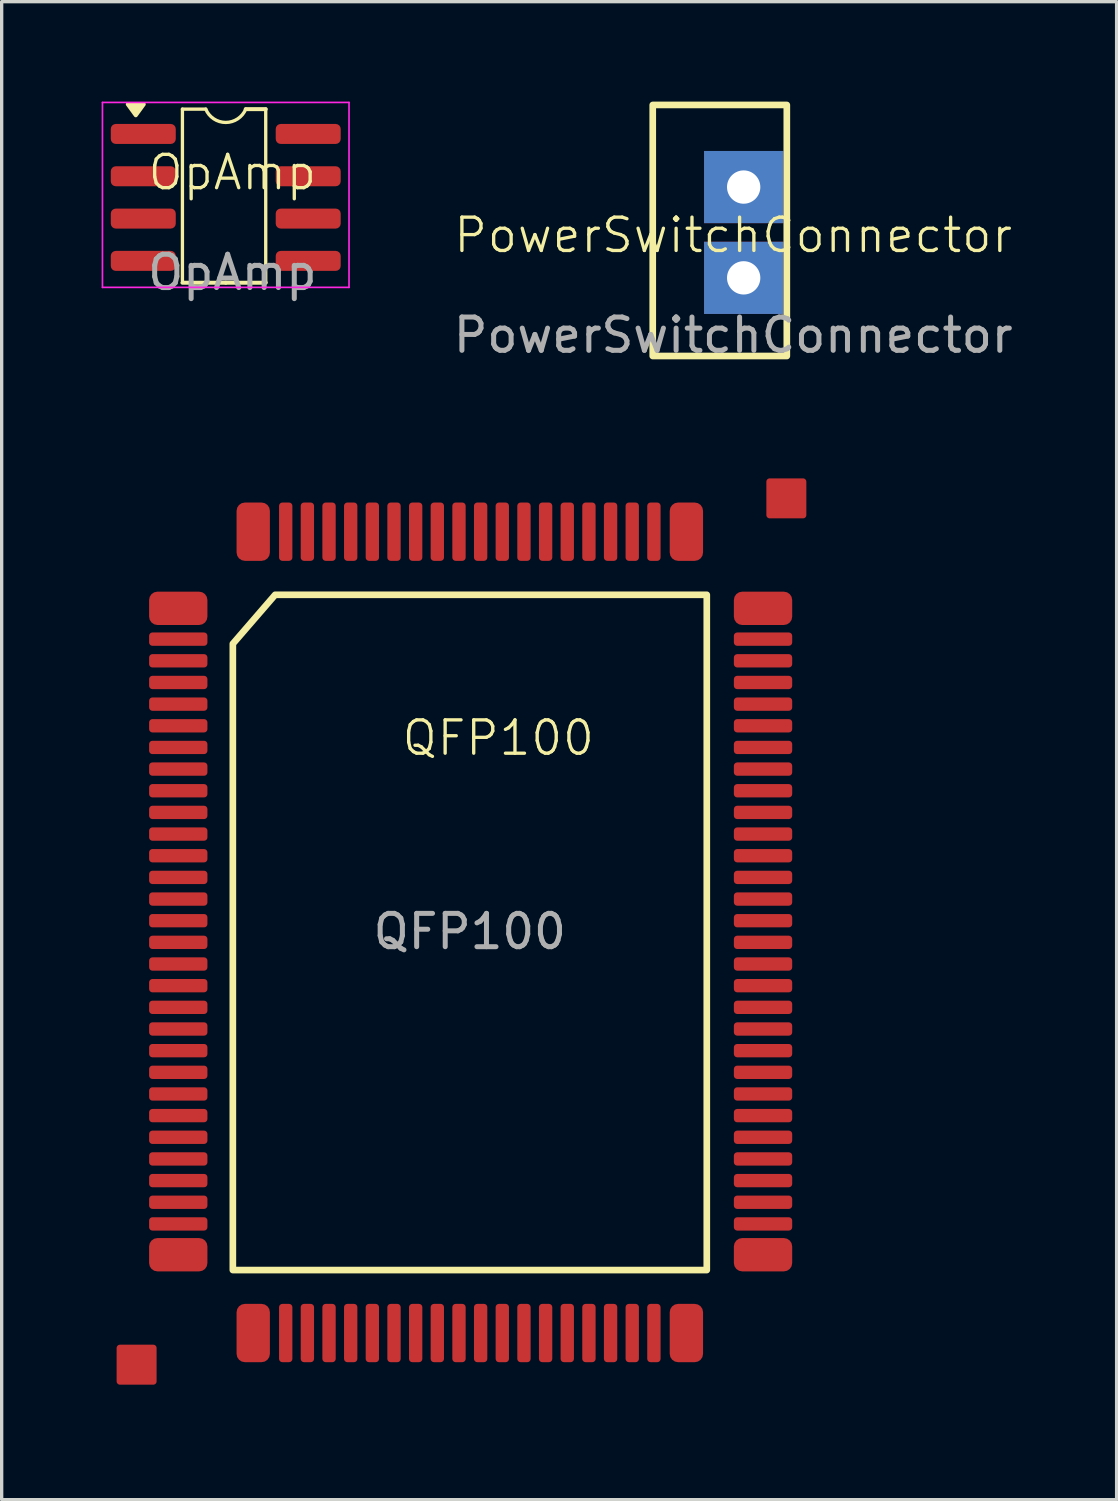
<source format=kicad_pcb>
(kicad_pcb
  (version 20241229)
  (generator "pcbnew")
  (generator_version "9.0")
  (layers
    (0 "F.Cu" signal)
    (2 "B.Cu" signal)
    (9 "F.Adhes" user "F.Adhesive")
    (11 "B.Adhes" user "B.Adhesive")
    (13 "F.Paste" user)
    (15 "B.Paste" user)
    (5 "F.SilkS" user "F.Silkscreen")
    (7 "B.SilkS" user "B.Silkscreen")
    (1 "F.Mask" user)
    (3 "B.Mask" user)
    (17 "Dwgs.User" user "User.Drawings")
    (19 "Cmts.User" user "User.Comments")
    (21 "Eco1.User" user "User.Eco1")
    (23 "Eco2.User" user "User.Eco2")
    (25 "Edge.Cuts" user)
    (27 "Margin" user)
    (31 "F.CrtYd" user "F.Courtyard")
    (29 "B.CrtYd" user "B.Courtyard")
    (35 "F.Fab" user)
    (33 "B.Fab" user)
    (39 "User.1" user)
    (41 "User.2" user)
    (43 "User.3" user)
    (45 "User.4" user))
  (footprint "OpAmp"
    (layer "F.Cu")
    (at 3.925 2.625)
    (property "Reference" "OpAmp" (at 0 -0.5 0) (unlocked yes) (layer "F.SilkS") (effects (font (size 1 1) (thickness 0.1))))
    (attr smd)
    (fp_line (start -1.5 -2.4) (end -0.8 -2.4) (stroke (width 0.1) (type default)) (layer "F.SilkS"))
    (fp_line (start -1.5 2.75) (end -1.5 -2.4) (stroke (width 0.1) (type default)) (layer "F.SilkS"))
    (fp_line (start -0.2 2.81) (end -1.5 2.81) (stroke (width 0.12) (type solid)) (layer "F.SilkS"))
    (fp_line (start -0.2 2.81) (end 1 2.81) (stroke (width 0.12) (type solid)) (layer "F.SilkS"))
    (fp_line (start 0.4 -2.4) (end 1 -2.4) (stroke (width 0.12) (type solid)) (layer "F.SilkS"))
    (fp_line (start 1 -2.4) (end 1 2.796) (stroke (width 0.1) (type default)) (layer "F.SilkS"))
    (fp_arc (start 0.4 -2.4) (mid -0.200002 -1.999998) (end -0.800004 -2.399999) (stroke (width 0.1) (type default)) (layer "F.SilkS"))
    (fp_poly (pts (xy -2.9 -2.215) (xy -3.14 -2.545) (xy -2.66 -2.545) (xy -2.9 -2.215)) (stroke (width 0.12) (type solid)) (fill yes) (layer "F.SilkS"))
    (fp_line (start -3.9 -2.6) (end -3.9 2.95) (stroke (width 0.05) (type solid)) (layer "F.CrtYd"))
    (fp_line (start -3.9 2.95) (end 3.5 2.95) (stroke (width 0.05) (type solid)) (layer "F.CrtYd"))
    (fp_line (start 3.5 -2.6) (end -3.9 -2.6) (stroke (width 0.05) (type solid)) (layer "F.CrtYd"))
    (fp_line (start 3.5 2.95) (end 3.5 -2.6) (stroke (width 0.05) (type solid)) (layer "F.CrtYd"))
    (fp_text user "${REFERENCE}" (at 0 2.5 0) (unlocked yes) (layer "F.Fab") (effects (font (size 1 1) (thickness 0.15))))
    (pad "1" smd roundrect (at -2.675 -1.655) (size 1.95 0.6) (layers "F.Cu" "F.Mask" "F.Paste") (roundrect_rratio 0.25))
    (pad "2" smd roundrect (at -2.675 -0.385) (size 1.95 0.6) (layers "F.Cu" "F.Mask" "F.Paste") (roundrect_rratio 0.25))
    (pad "3" smd roundrect (at -2.675 0.885) (size 1.95 0.6) (layers "F.Cu" "F.Mask" "F.Paste") (roundrect_rratio 0.25))
    (pad "4" smd roundrect (at -2.675 2.155) (size 1.95 0.6) (layers "F.Cu" "F.Mask" "F.Paste") (roundrect_rratio 0.25))
    (pad "5" smd roundrect (at 2.275 2.155) (size 1.95 0.6) (layers "F.Cu" "F.Mask" "F.Paste") (roundrect_rratio 0.25))
    (pad "6" smd roundrect (at 2.275 0.885) (size 1.95 0.6) (layers "F.Cu" "F.Mask" "F.Paste") (roundrect_rratio 0.25))
    (pad "7" smd roundrect (at 2.275 -0.385) (size 1.95 0.6) (layers "F.Cu" "F.Mask" "F.Paste") (roundrect_rratio 0.25))
    (pad "8" smd roundrect (at 2.275 -1.655) (size 1.95 0.6) (layers "F.Cu" "F.Mask" "F.Paste") (roundrect_rratio 0.25)))
  (footprint "PowerSwitchConnector"
    (layer "F.Cu")
    (at 18.956 4.509)
    (property "Reference" "PowerSwitchConnector" (at 0 -0.5 0) (unlocked yes) (layer "F.SilkS") (effects (font (size 1 1) (thickness 0.1))))
    (attr smd)
    (fp_rect (start -2.416 -4.409) (end 1.608 3.126) (stroke (width 0.2) (type solid)) (fill no) (layer "F.SilkS"))
    (fp_text user "${REFERENCE}" (at 0 2.5 0) (unlocked yes) (layer "F.Fab") (effects (font (size 1 1) (thickness 0.15))))
    (pad "1" thru_hole rect (at 0.313 -1.945) (size 2.377 2.166) (drill 1) (layers "*.Cu" "*.Mask"))
    (pad "2" thru_hole rect (at 0.313 0.78) (size 2.377 2.166) (drill 1) (layers "*.Cu" "*.Mask")))
  (footprint "QFP100"
    (layer "F.Cu")
    (at 11.275 24.907)
    (property "Reference" "QFP100" (at 0.63 -5.81 0) (unlocked yes) (layer "F.SilkS") (effects (font (size 1 1) (thickness 0.1))))
    (attr smd)
    (fp_rect (start -10.725 12.5) (end -9.725 13.5) (stroke (width 0.2) (type solid)) (fill yes) (layer "F.Cu"))
    (fp_rect (start 8.775 -13.5) (end 9.775 -12.5) (stroke (width 0.2) (type solid)) (fill yes) (layer "F.Cu"))
    (fp_rect (start -11.225 12) (end -9.225 14) (stroke (width 0.1) (type solid)) (fill yes) (layer "F.Mask"))
    (fp_rect (start 8.275 -14) (end 10.275 -12) (stroke (width 0.1) (type solid)) (fill yes) (layer "F.Mask"))
    (fp_poly (pts (xy 6.887 10.16) (xy -7.337 10.16) (xy -7.337 -8.636) (xy -6.067 -10.106) (xy 6.887 -10.106)) (stroke (width 0.2) (type solid)) (fill no) (layer "F.SilkS"))
    (fp_text user "${REFERENCE}" (at -0.225 0 0) (layer "F.Fab") (effects (font (size 1 1) (thickness 0.15))))
    (pad "1" smd roundrect (at -8.975 -9.7) (size 1.75 1) (layers "F.Cu" "F.Mask" "F.Paste") (roundrect_rratio 0.25))
    (pad "2" smd roundrect (at -8.975 -8.775) (size 1.75 0.4) (layers "F.Cu" "F.Mask" "F.Paste") (roundrect_rratio 0.25))
    (pad "3" smd roundrect (at -8.975 -8.125) (size 1.75 0.4) (layers "F.Cu" "F.Mask" "F.Paste") (roundrect_rratio 0.25))
    (pad "4" smd roundrect (at -8.975 -7.475) (size 1.75 0.4) (layers "F.Cu" "F.Mask" "F.Paste") (roundrect_rratio 0.25))
    (pad "5" smd roundrect (at -8.975 -6.825) (size 1.75 0.4) (layers "F.Cu" "F.Mask" "F.Paste") (roundrect_rratio 0.25))
    (pad "6" smd roundrect (at -8.975 -6.175) (size 1.75 0.4) (layers "F.Cu" "F.Mask" "F.Paste") (roundrect_rratio 0.25))
    (pad "7" smd roundrect (at -8.975 -5.525) (size 1.75 0.4) (layers "F.Cu" "F.Mask" "F.Paste") (roundrect_rratio 0.25))
    (pad "8" smd roundrect (at -8.975 -4.875) (size 1.75 0.4) (layers "F.Cu" "F.Mask" "F.Paste") (roundrect_rratio 0.25))
    (pad "9" smd roundrect (at -8.975 -4.225) (size 1.75 0.4) (layers "F.Cu" "F.Mask" "F.Paste") (roundrect_rratio 0.25))
    (pad "10" smd roundrect (at -8.975 -3.575) (size 1.75 0.4) (layers "F.Cu" "F.Mask" "F.Paste") (roundrect_rratio 0.25))
    (pad "11" smd roundrect (at -8.975 -2.925) (size 1.75 0.4) (layers "F.Cu" "F.Mask" "F.Paste") (roundrect_rratio 0.25))
    (pad "12" smd roundrect (at -8.975 -2.275) (size 1.75 0.4) (layers "F.Cu" "F.Mask" "F.Paste") (roundrect_rratio 0.25))
    (pad "13" smd roundrect (at -8.975 -1.625) (size 1.75 0.4) (layers "F.Cu" "F.Mask" "F.Paste") (roundrect_rratio 0.25))
    (pad "14" smd roundrect (at -8.975 -0.975) (size 1.75 0.4) (layers "F.Cu" "F.Mask" "F.Paste") (roundrect_rratio 0.25))
    (pad "15" smd roundrect (at -8.975 -0.325) (size 1.75 0.4) (layers "F.Cu" "F.Mask" "F.Paste") (roundrect_rratio 0.25))
    (pad "16" smd roundrect (at -8.975 0.325) (size 1.75 0.4) (layers "F.Cu" "F.Mask" "F.Paste") (roundrect_rratio 0.25))
    (pad "17" smd roundrect (at -8.975 0.975) (size 1.75 0.4) (layers "F.Cu" "F.Mask" "F.Paste") (roundrect_rratio 0.25))
    (pad "18" smd roundrect (at -8.975 1.625) (size 1.75 0.4) (layers "F.Cu" "F.Mask" "F.Paste") (roundrect_rratio 0.25))
    (pad "19" smd roundrect (at -8.975 2.275) (size 1.75 0.4) (layers "F.Cu" "F.Mask" "F.Paste") (roundrect_rratio 0.25))
    (pad "20" smd roundrect (at -8.975 2.925) (size 1.75 0.4) (layers "F.Cu" "F.Mask" "F.Paste") (roundrect_rratio 0.25))
    (pad "21" smd roundrect (at -8.975 3.575) (size 1.75 0.4) (layers "F.Cu" "F.Mask" "F.Paste") (roundrect_rratio 0.25))
    (pad "22" smd roundrect (at -8.975 4.225) (size 1.75 0.4) (layers "F.Cu" "F.Mask" "F.Paste") (roundrect_rratio 0.25))
    (pad "23" smd roundrect (at -8.975 4.875) (size 1.75 0.4) (layers "F.Cu" "F.Mask" "F.Paste") (roundrect_rratio 0.25))
    (pad "24" smd roundrect (at -8.975 5.525) (size 1.75 0.4) (layers "F.Cu" "F.Mask" "F.Paste") (roundrect_rratio 0.25))
    (pad "25" smd roundrect (at -8.975 6.175) (size 1.75 0.4) (layers "F.Cu" "F.Mask" "F.Paste") (roundrect_rratio 0.25))
    (pad "26" smd roundrect (at -8.975 6.825) (size 1.75 0.4) (layers "F.Cu" "F.Mask" "F.Paste") (roundrect_rratio 0.25))
    (pad "27" smd roundrect (at -8.975 7.475) (size 1.75 0.4) (layers "F.Cu" "F.Mask" "F.Paste") (roundrect_rratio 0.25))
    (pad "28" smd roundrect (at -8.975 8.125) (size 1.75 0.4) (layers "F.Cu" "F.Mask" "F.Paste") (roundrect_rratio 0.25))
    (pad "29" smd roundrect (at -8.975 8.775) (size 1.75 0.4) (layers "F.Cu" "F.Mask" "F.Paste") (roundrect_rratio 0.25))
    (pad "30" smd roundrect (at -8.975 9.7) (size 1.75 1) (layers "F.Cu" "F.Mask" "F.Paste") (roundrect_rratio 0.25))
    (pad "31" smd roundrect (at -6.725 12.05) (size 1 1.75) (layers "F.Cu" "F.Mask" "F.Paste") (roundrect_rratio 0.25))
    (pad "32" smd roundrect (at -5.75 12.05) (size 0.4 1.75) (layers "F.Cu" "F.Mask" "F.Paste") (roundrect_rratio 0.25))
    (pad "33" smd roundrect (at -5.1 12.05) (size 0.4 1.75) (layers "F.Cu" "F.Mask" "F.Paste") (roundrect_rratio 0.25))
    (pad "34" smd roundrect (at -4.45 12.05) (size 0.4 1.75) (layers "F.Cu" "F.Mask" "F.Paste") (roundrect_rratio 0.25))
    (pad "35" smd roundrect (at -3.8 12.05) (size 0.4 1.75) (layers "F.Cu" "F.Mask" "F.Paste") (roundrect_rratio 0.25))
    (pad "36" smd roundrect (at -3.15 12.05) (size 0.4 1.75) (layers "F.Cu" "F.Mask" "F.Paste") (roundrect_rratio 0.25))
    (pad "37" smd roundrect (at -2.5 12.05) (size 0.4 1.75) (layers "F.Cu" "F.Mask" "F.Paste") (roundrect_rratio 0.25))
    (pad "38" smd roundrect (at -1.85 12.05) (size 0.4 1.75) (layers "F.Cu" "F.Mask" "F.Paste") (roundrect_rratio 0.25))
    (pad "39" smd roundrect (at -1.2 12.05) (size 0.4 1.75) (layers "F.Cu" "F.Mask" "F.Paste") (roundrect_rratio 0.25))
    (pad "40" smd roundrect (at -0.55 12.05) (size 0.4 1.75) (layers "F.Cu" "F.Mask" "F.Paste") (roundrect_rratio 0.25))
    (pad "41" smd roundrect (at 0.1 12.05) (size 0.4 1.75) (layers "F.Cu" "F.Mask" "F.Paste") (roundrect_rratio 0.25))
    (pad "42" smd roundrect (at 0.75 12.05) (size 0.4 1.75) (layers "F.Cu" "F.Mask" "F.Paste") (roundrect_rratio 0.25))
    (pad "43" smd roundrect (at 1.4 12.05) (size 0.4 1.75) (layers "F.Cu" "F.Mask" "F.Paste") (roundrect_rratio 0.25))
    (pad "44" smd roundrect (at 2.05 12.05) (size 0.4 1.75) (layers "F.Cu" "F.Mask" "F.Paste") (roundrect_rratio 0.25))
    (pad "45" smd roundrect (at 2.7 12.05) (size 0.4 1.75) (layers "F.Cu" "F.Mask" "F.Paste") (roundrect_rratio 0.25))
    (pad "46" smd roundrect (at 3.35 12.05) (size 0.4 1.75) (layers "F.Cu" "F.Mask" "F.Paste") (roundrect_rratio 0.25))
    (pad "47" smd roundrect (at 4 12.05) (size 0.4 1.75) (layers "F.Cu" "F.Mask" "F.Paste") (roundrect_rratio 0.25))
    (pad "48" smd roundrect (at 4.65 12.05) (size 0.4 1.75) (layers "F.Cu" "F.Mask" "F.Paste") (roundrect_rratio 0.25))
    (pad "49" smd roundrect (at 5.3 12.05) (size 0.4 1.75) (layers "F.Cu" "F.Mask" "F.Paste") (roundrect_rratio 0.25))
    (pad "50" smd roundrect (at 6.275 12.05) (size 1 1.75) (layers "F.Cu" "F.Mask" "F.Paste") (roundrect_rratio 0.25))
    (pad "51" smd roundrect (at 8.575 9.7) (size 1.75 1) (layers "F.Cu" "F.Mask" "F.Paste") (roundrect_rratio 0.25))
    (pad "52" smd roundrect (at 8.575 8.775) (size 1.75 0.4) (layers "F.Cu" "F.Mask" "F.Paste") (roundrect_rratio 0.25))
    (pad "53" smd roundrect (at 8.575 8.125) (size 1.75 0.4) (layers "F.Cu" "F.Mask" "F.Paste") (roundrect_rratio 0.25))
    (pad "54" smd roundrect (at 8.575 7.475) (size 1.75 0.4) (layers "F.Cu" "F.Mask" "F.Paste") (roundrect_rratio 0.25))
    (pad "55" smd roundrect (at 8.575 6.825) (size 1.75 0.4) (layers "F.Cu" "F.Mask" "F.Paste") (roundrect_rratio 0.25))
    (pad "56" smd roundrect (at 8.575 6.175) (size 1.75 0.4) (layers "F.Cu" "F.Mask" "F.Paste") (roundrect_rratio 0.25))
    (pad "57" smd roundrect (at 8.575 5.525) (size 1.75 0.4) (layers "F.Cu" "F.Mask" "F.Paste") (roundrect_rratio 0.25))
    (pad "58" smd roundrect (at 8.575 4.875) (size 1.75 0.4) (layers "F.Cu" "F.Mask" "F.Paste") (roundrect_rratio 0.25))
    (pad "59" smd roundrect (at 8.575 4.225) (size 1.75 0.4) (layers "F.Cu" "F.Mask" "F.Paste") (roundrect_rratio 0.25))
    (pad "60" smd roundrect (at 8.575 3.575) (size 1.75 0.4) (layers "F.Cu" "F.Mask" "F.Paste") (roundrect_rratio 0.25))
    (pad "61" smd roundrect (at 8.575 2.925) (size 1.75 0.4) (layers "F.Cu" "F.Mask" "F.Paste") (roundrect_rratio 0.25))
    (pad "62" smd roundrect (at 8.575 2.275) (size 1.75 0.4) (layers "F.Cu" "F.Mask" "F.Paste") (roundrect_rratio 0.25))
    (pad "63" smd roundrect (at 8.575 1.625) (size 1.75 0.4) (layers "F.Cu" "F.Mask" "F.Paste") (roundrect_rratio 0.25))
    (pad "64" smd roundrect (at 8.575 0.975) (size 1.75 0.4) (layers "F.Cu" "F.Mask" "F.Paste") (roundrect_rratio 0.25))
    (pad "65" smd roundrect (at 8.575 0.325) (size 1.75 0.4) (layers "F.Cu" "F.Mask" "F.Paste") (roundrect_rratio 0.25))
    (pad "66" smd roundrect (at 8.575 -0.325) (size 1.75 0.4) (layers "F.Cu" "F.Mask" "F.Paste") (roundrect_rratio 0.25))
    (pad "67" smd roundrect (at 8.575 -0.975) (size 1.75 0.4) (layers "F.Cu" "F.Mask" "F.Paste") (roundrect_rratio 0.25))
    (pad "68" smd roundrect (at 8.575 -1.625) (size 1.75 0.4) (layers "F.Cu" "F.Mask" "F.Paste") (roundrect_rratio 0.25))
    (pad "69" smd roundrect (at 8.575 -2.275) (size 1.75 0.4) (layers "F.Cu" "F.Mask" "F.Paste") (roundrect_rratio 0.25))
    (pad "70" smd roundrect (at 8.575 -2.925) (size 1.75 0.4) (layers "F.Cu" "F.Mask" "F.Paste") (roundrect_rratio 0.25))
    (pad "71" smd roundrect (at 8.575 -3.575) (size 1.75 0.4) (layers "F.Cu" "F.Mask" "F.Paste") (roundrect_rratio 0.25))
    (pad "72" smd roundrect (at 8.575 -4.225) (size 1.75 0.4) (layers "F.Cu" "F.Mask" "F.Paste") (roundrect_rratio 0.25))
    (pad "73" smd roundrect (at 8.575 -4.875) (size 1.75 0.4) (layers "F.Cu" "F.Mask" "F.Paste") (roundrect_rratio 0.25))
    (pad "74" smd roundrect (at 8.575 -5.525) (size 1.75 0.4) (layers "F.Cu" "F.Mask" "F.Paste") (roundrect_rratio 0.25))
    (pad "75" smd roundrect (at 8.575 -6.175) (size 1.75 0.4) (layers "F.Cu" "F.Mask" "F.Paste") (roundrect_rratio 0.25))
    (pad "76" smd roundrect (at 8.575 -6.825) (size 1.75 0.4) (layers "F.Cu" "F.Mask" "F.Paste") (roundrect_rratio 0.25))
    (pad "77" smd roundrect (at 8.575 -7.475) (size 1.75 0.4) (layers "F.Cu" "F.Mask" "F.Paste") (roundrect_rratio 0.25))
    (pad "78" smd roundrect (at 8.575 -8.125) (size 1.75 0.4) (layers "F.Cu" "F.Mask" "F.Paste") (roundrect_rratio 0.25))
    (pad "79" smd roundrect (at 8.575 -8.775) (size 1.75 0.4) (layers "F.Cu" "F.Mask" "F.Paste") (roundrect_rratio 0.25))
    (pad "80" smd roundrect (at 8.575 -9.7) (size 1.75 1) (layers "F.Cu" "F.Mask" "F.Paste") (roundrect_rratio 0.25))
    (pad "81" smd roundrect (at 6.275 -12) (size 1 1.75) (layers "F.Cu" "F.Mask" "F.Paste") (roundrect_rratio 0.25))
    (pad "82" smd roundrect (at 5.3 -12) (size 0.4 1.75) (layers "F.Cu" "F.Mask" "F.Paste") (roundrect_rratio 0.25))
    (pad "83" smd roundrect (at 4.65 -12) (size 0.4 1.75) (layers "F.Cu" "F.Mask" "F.Paste") (roundrect_rratio 0.25))
    (pad "84" smd roundrect (at 4 -12) (size 0.4 1.75) (layers "F.Cu" "F.Mask" "F.Paste") (roundrect_rratio 0.25))
    (pad "85" smd roundrect (at 3.35 -12) (size 0.4 1.75) (layers "F.Cu" "F.Mask" "F.Paste") (roundrect_rratio 0.25))
    (pad "86" smd roundrect (at 2.7 -12) (size 0.4 1.75) (layers "F.Cu" "F.Mask" "F.Paste") (roundrect_rratio 0.25))
    (pad "87" smd roundrect (at 2.05 -12) (size 0.4 1.75) (layers "F.Cu" "F.Mask" "F.Paste") (roundrect_rratio 0.25))
    (pad "88" smd roundrect (at 1.4 -12) (size 0.4 1.75) (layers "F.Cu" "F.Mask" "F.Paste") (roundrect_rratio 0.25))
    (pad "89" smd roundrect (at 0.75 -12) (size 0.4 1.75) (layers "F.Cu" "F.Mask" "F.Paste") (roundrect_rratio 0.25))
    (pad "90" smd roundrect (at 0.1 -12) (size 0.4 1.75) (layers "F.Cu" "F.Mask" "F.Paste") (roundrect_rratio 0.25))
    (pad "91" smd roundrect (at -0.55 -12) (size 0.4 1.75) (layers "F.Cu" "F.Mask" "F.Paste") (roundrect_rratio 0.25))
    (pad "92" smd roundrect (at -1.2 -12) (size 0.4 1.75) (layers "F.Cu" "F.Mask" "F.Paste") (roundrect_rratio 0.25))
    (pad "93" smd roundrect (at -1.85 -12) (size 0.4 1.75) (layers "F.Cu" "F.Mask" "F.Paste") (roundrect_rratio 0.25))
    (pad "94" smd roundrect (at -2.5 -12) (size 0.4 1.75) (layers "F.Cu" "F.Mask" "F.Paste") (roundrect_rratio 0.25))
    (pad "95" smd roundrect (at -3.15 -12) (size 0.4 1.75) (layers "F.Cu" "F.Mask" "F.Paste") (roundrect_rratio 0.25))
    (pad "96" smd roundrect (at -3.8 -12) (size 0.4 1.75) (layers "F.Cu" "F.Mask" "F.Paste") (roundrect_rratio 0.25))
    (pad "97" smd roundrect (at -4.45 -12) (size 0.4 1.75) (layers "F.Cu" "F.Mask" "F.Paste") (roundrect_rratio 0.25))
    (pad "98" smd roundrect (at -5.1 -12) (size 0.4 1.75) (layers "F.Cu" "F.Mask" "F.Paste") (roundrect_rratio 0.25))
    (pad "99" smd roundrect (at -5.75 -12) (size 0.4 1.75) (layers "F.Cu" "F.Mask" "F.Paste") (roundrect_rratio 0.25))
    (pad "100" smd roundrect (at -6.725 -12) (size 1 1.75) (layers "F.Cu" "F.Mask" "F.Paste") (roundrect_rratio 0.25)))
  (gr_rect
    (start -3 -3)
    (end 30.462 41.957)
    (stroke (width 0.1) (type default))
    (fill no)
    (layer "Edge.Cuts")))
</source>
